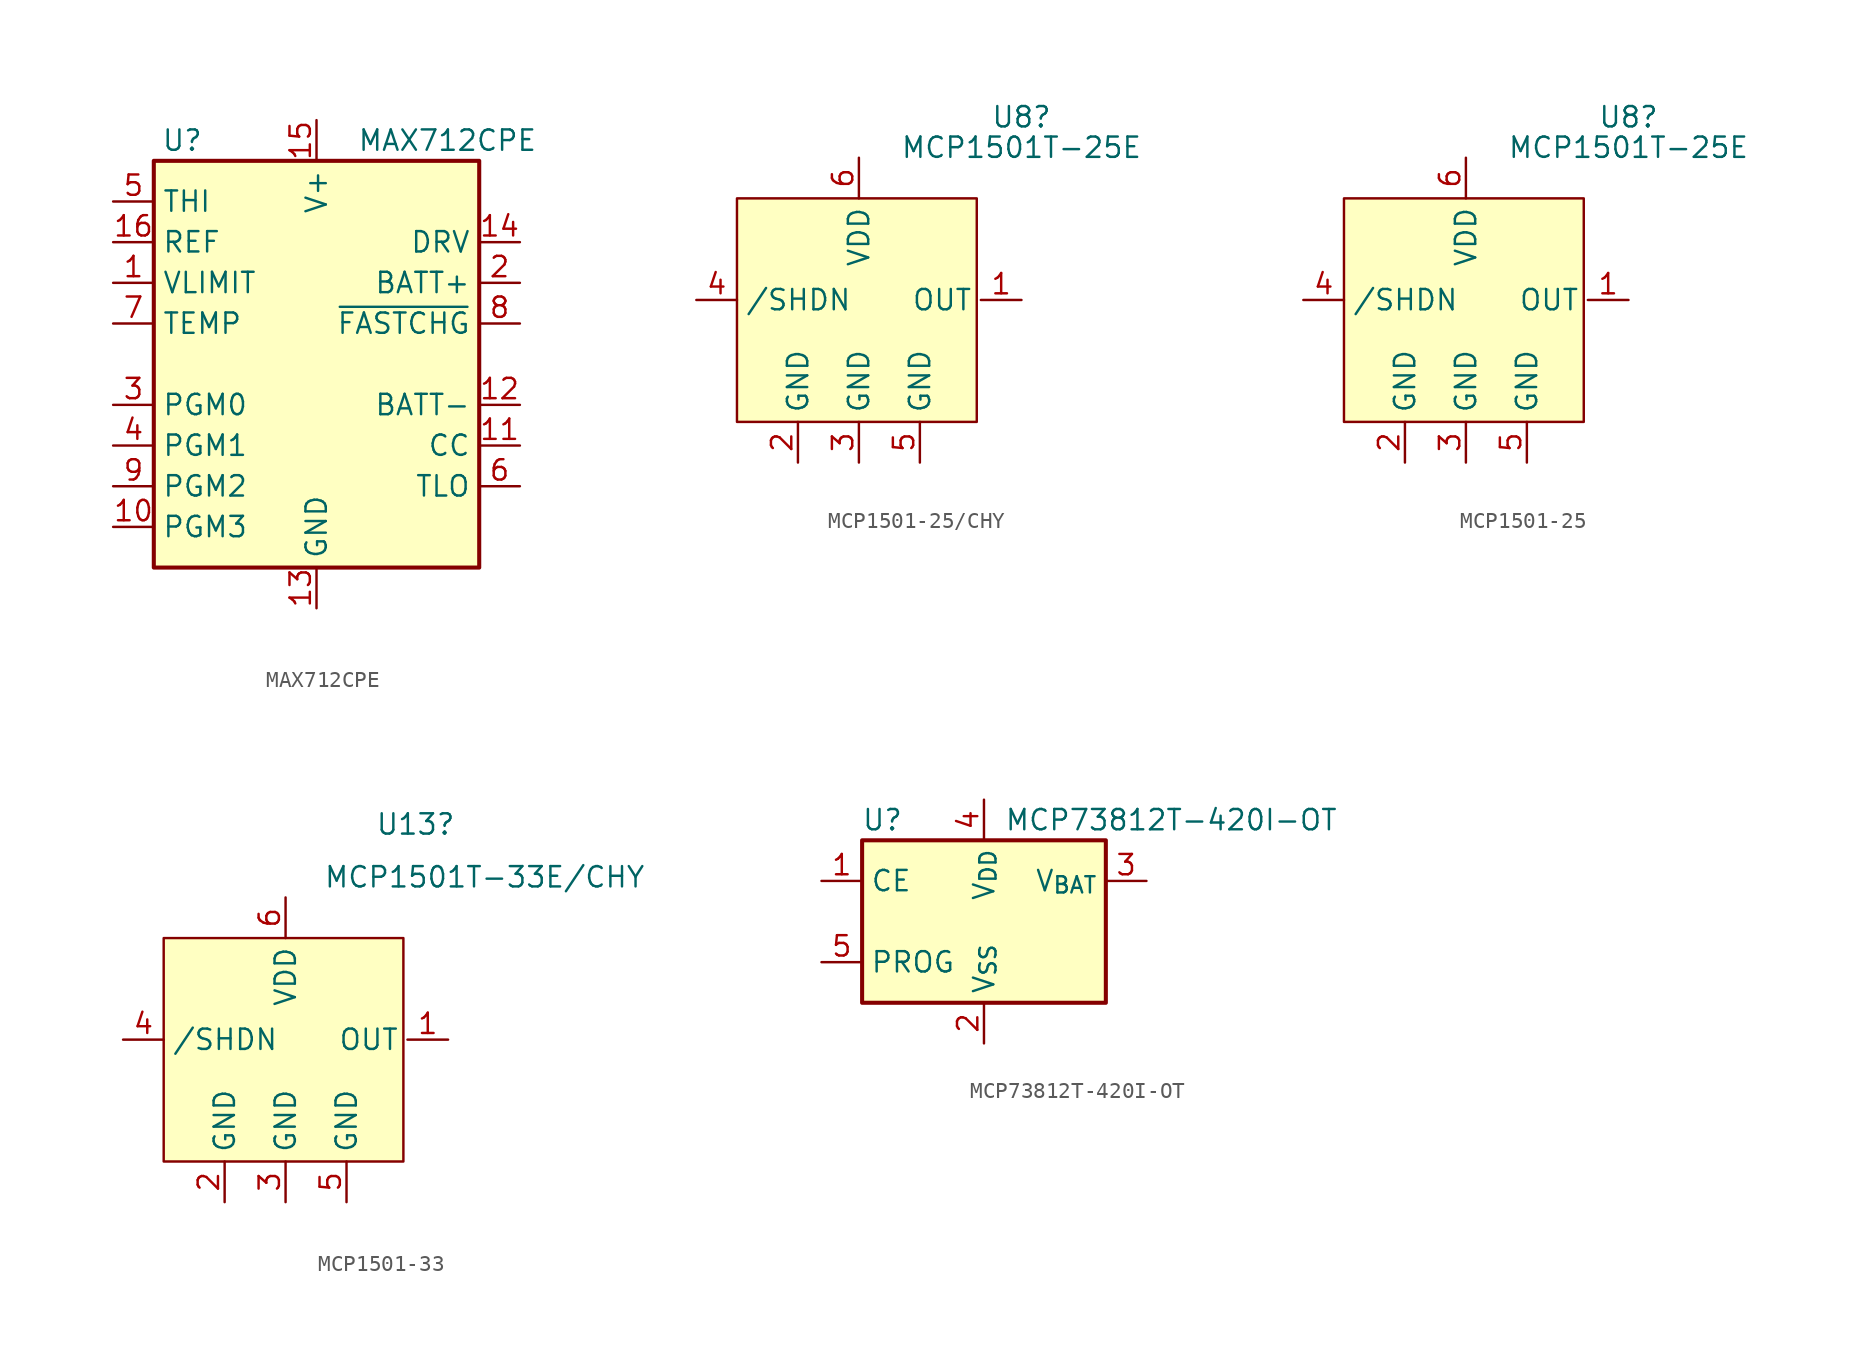
<source format=kicad_sym>
(kicad_symbol_lib
  (version 20231120)
  (generator "kicad_symbol_editor")
  (generator_version "8.0")
  (symbol "MAX712CPE"
    (property "Reference" "U"
      (at -8.382 13.97 0)
      (effects (font (size 1.27 1.27))))
    (property "Value" "MAX712CPE"
      (at 2.54 13.97 0)
      (effects (font (size 1.27 1.27)) (justify left)))
    (symbol "MAX712CPE_0_1"
      (rectangle (start -10.16 12.7) (end 10.16 -12.7) (stroke (width 0.254) (type default)) (fill (type background))))
    (symbol "MAX712CPE_1_1"
      (pin input line (at -12.7 5.08 0) (length 2.54) (name "VLIMIT" (effects (font (size 1.27 1.27)))) (number "1" (effects (font (size 1.27 1.27)))))
      (pin input line (at -12.7 -10.16 0) (length 2.54) (name "PGM3" (effects (font (size 1.27 1.27)))) (number "10" (effects (font (size 1.27 1.27)))))
      (pin input line (at 12.7 -5.08 180) (length 2.54) (name "CC" (effects (font (size 1.27 1.27)))) (number "11" (effects (font (size 1.27 1.27)))))
      (pin input line (at 12.7 -2.54 180) (length 2.54) (name "BATT-" (effects (font (size 1.27 1.27)))) (number "12" (effects (font (size 1.27 1.27)))))
      (pin power_in line (at 0 -15.24 90) (length 2.54) (name "GND" (effects (font (size 1.27 1.27)))) (number "13" (effects (font (size 1.27 1.27)))))
      (pin output line (at 12.7 7.62 180) (length 2.54) (name "DRV" (effects (font (size 1.27 1.27)))) (number "14" (effects (font (size 1.27 1.27)))))
      (pin power_in line (at 0 15.24 270) (length 2.54) (name "V+" (effects (font (size 1.27 1.27)))) (number "15" (effects (font (size 1.27 1.27)))))
      (pin power_in line (at -12.7 7.62 0) (length 2.54) (name "REF" (effects (font (size 1.27 1.27)))) (number "16" (effects (font (size 1.27 1.27)))))
      (pin input line (at 12.7 5.08 180) (length 2.54) (name "BATT+" (effects (font (size 1.27 1.27)))) (number "2" (effects (font (size 1.27 1.27)))))
      (pin input line (at -12.7 -2.54 0) (length 2.54) (name "PGM0" (effects (font (size 1.27 1.27)))) (number "3" (effects (font (size 1.27 1.27)))))
      (pin input line (at -12.7 -5.08 0) (length 2.54) (name "PGM1" (effects (font (size 1.27 1.27)))) (number "4" (effects (font (size 1.27 1.27)))))
      (pin input line (at -12.7 10.16 0) (length 2.54) (name "THI" (effects (font (size 1.27 1.27)))) (number "5" (effects (font (size 1.27 1.27)))))
      (pin input line (at 12.7 -7.62 180) (length 2.54) (name "TLO" (effects (font (size 1.27 1.27)))) (number "6" (effects (font (size 1.27 1.27)))))
      (pin input line (at -12.7 2.54 0) (length 2.54) (name "TEMP" (effects (font (size 1.27 1.27)))) (number "7" (effects (font (size 1.27 1.27)))))
      (pin open_collector line (at 12.7 2.54 180) (length 2.54) (name "~{FASTCHG}" (effects (font (size 1.27 1.27)))) (number "8" (effects (font (size 1.27 1.27)))))
      (pin input line (at -12.7 -7.62 0) (length 2.54) (name "PGM2" (effects (font (size 1.27 1.27)))) (number "9" (effects (font (size 1.27 1.27)))))))
  (symbol "MCP1501-25/CHY"
    (property "Reference" "U8"
      (at 10.16 11.43 0)
      (effects (font (size 1.27 1.27))))
    (property "Value" "MCP1501T-25E"
      (at 10.16 9.525 0)
      (effects (font (size 1.27 1.27))))
    (symbol "MCP1501-25/CHY_0_1"
      (rectangle (start -7.62 6.35) (end 7.366 -7.62) (stroke (width 0) (type default)) (fill (type background))))
    (symbol "MCP1501-25/CHY_1_1"
      (pin output line (at 10.16 0 180) (length 2.54) (name "OUT" (effects (font (size 1.27 1.27)))) (number "1" (effects (font (size 1.27 1.27)))))
      (pin power_in line (at -3.81 -10.16 90) (length 2.54) (name "GND" (effects (font (size 1.27 1.27)))) (number "2" (effects (font (size 1.27 1.27)))))
      (pin power_in line (at 0 -10.16 90) (length 2.54) (name "GND" (effects (font (size 1.27 1.27)))) (number "3" (effects (font (size 1.27 1.27)))))
      (pin input line (at -10.16 0 0) (length 2.54) (name "/SHDN" (effects (font (size 1.27 1.27)))) (number "4" (effects (font (size 1.27 1.27)))))
      (pin power_in line (at 3.81 -10.16 90) (length 2.54) (name "GND" (effects (font (size 1.27 1.27)))) (number "5" (effects (font (size 1.27 1.27)))))
      (pin power_in line (at 0 8.89 270) (length 2.54) (name "VDD" (effects (font (size 1.27 1.27)))) (number "6" (effects (font (size 1.27 1.27)))))))
  (symbol "MCP1501-25"
    (property "Reference" "U8"
      (at 10.16 11.43 0)
      (effects (font (size 1.27 1.27))))
    (property "Value" "MCP1501T-25E"
      (at 10.16 9.525 0)
      (effects (font (size 1.27 1.27))))
    (symbol "MCP1501-25_0_1"
      (rectangle (start -7.62 6.35) (end 7.366 -7.62) (stroke (width 0) (type default)) (fill (type background))))
    (symbol "MCP1501-25_1_1"
      (pin output line (at 10.16 0 180) (length 2.54) (name "OUT" (effects (font (size 1.27 1.27)))) (number "1" (effects (font (size 1.27 1.27)))))
      (pin power_in line (at -3.81 -10.16 90) (length 2.54) (name "GND" (effects (font (size 1.27 1.27)))) (number "2" (effects (font (size 1.27 1.27)))))
      (pin power_in line (at 0 -10.16 90) (length 2.54) (name "GND" (effects (font (size 1.27 1.27)))) (number "3" (effects (font (size 1.27 1.27)))))
      (pin input line (at -10.16 0 0) (length 2.54) (name "/SHDN" (effects (font (size 1.27 1.27)))) (number "4" (effects (font (size 1.27 1.27)))))
      (pin power_in line (at 3.81 -10.16 90) (length 2.54) (name "GND" (effects (font (size 1.27 1.27)))) (number "5" (effects (font (size 1.27 1.27)))))
      (pin power_in line (at 0 8.89 270) (length 2.54) (name "VDD" (effects (font (size 1.27 1.27)))) (number "6" (effects (font (size 1.27 1.27)))))))
  (symbol "MCP1501-33"
    (property "Reference" "U13"
      (at 8.128 13.462 0)
      (effects (font (size 1.27 1.27))))
    (property "Value" "MCP1501T-33E/CHY"
      (at 12.446 10.16 0)
      (effects (font (size 1.27 1.27))))
    (symbol "MCP1501-33_0_1"
      (rectangle (start -7.62 6.35) (end 7.366 -7.62) (stroke (width 0) (type default)) (fill (type background))))
    (symbol "MCP1501-33_1_1"
      (pin output line (at 10.16 0 180) (length 2.54) (name "OUT" (effects (font (size 1.27 1.27)))) (number "1" (effects (font (size 1.27 1.27)))))
      (pin power_in line (at -3.81 -10.16 90) (length 2.54) (name "GND" (effects (font (size 1.27 1.27)))) (number "2" (effects (font (size 1.27 1.27)))))
      (pin power_in line (at 0 -10.16 90) (length 2.54) (name "GND" (effects (font (size 1.27 1.27)))) (number "3" (effects (font (size 1.27 1.27)))))
      (pin input line (at -10.16 0 0) (length 2.54) (name "/SHDN" (effects (font (size 1.27 1.27)))) (number "4" (effects (font (size 1.27 1.27)))))
      (pin power_in line (at 3.81 -10.16 90) (length 2.54) (name "GND" (effects (font (size 1.27 1.27)))) (number "5" (effects (font (size 1.27 1.27)))))
      (pin power_in line (at 0 8.89 270) (length 2.54) (name "VDD" (effects (font (size 1.27 1.27)))) (number "6" (effects (font (size 1.27 1.27)))))))
  (symbol "MCP73812T-420I-OT"
    (property "Reference" "U"
      (at -6.35 6.35 0)
      (effects (font (size 1.27 1.27))))
    (property "Value" "MCP73812T-420I-OT"
      (at 1.27 6.35 0)
      (effects (font (size 1.27 1.27)) (justify left)))
    (symbol "MCP73812T-420I-OT_0_1"
      (rectangle (start -7.62 5.08) (end 7.62 -5.08) (stroke (width 0.254) (type default)) (fill (type background))))
    (symbol "MCP73812T-420I-OT_1_1"
      (pin input line (at -10.16 2.54 0) (length 2.54) (name "CE" (effects (font (size 1.27 1.27)))) (number "1" (effects (font (size 1.27 1.27)))))
      (pin power_in line (at 0 -7.62 90) (length 2.54) (name "V_{SS}" (effects (font (size 1.27 1.27)))) (number "2" (effects (font (size 1.27 1.27)))))
      (pin power_out line (at 10.16 2.54 180) (length 2.54) (name "V_{BAT}" (effects (font (size 1.27 1.27)))) (number "3" (effects (font (size 1.27 1.27)))))
      (pin power_in line (at 0 7.62 270) (length 2.54) (name "V_{DD}" (effects (font (size 1.27 1.27)))) (number "4" (effects (font (size 1.27 1.27)))))
      (pin input line (at -10.16 -2.54 0) (length 2.54) (name "PROG" (effects (font (size 1.27 1.27)))) (number "5" (effects (font (size 1.27 1.27))))))))
</source>
